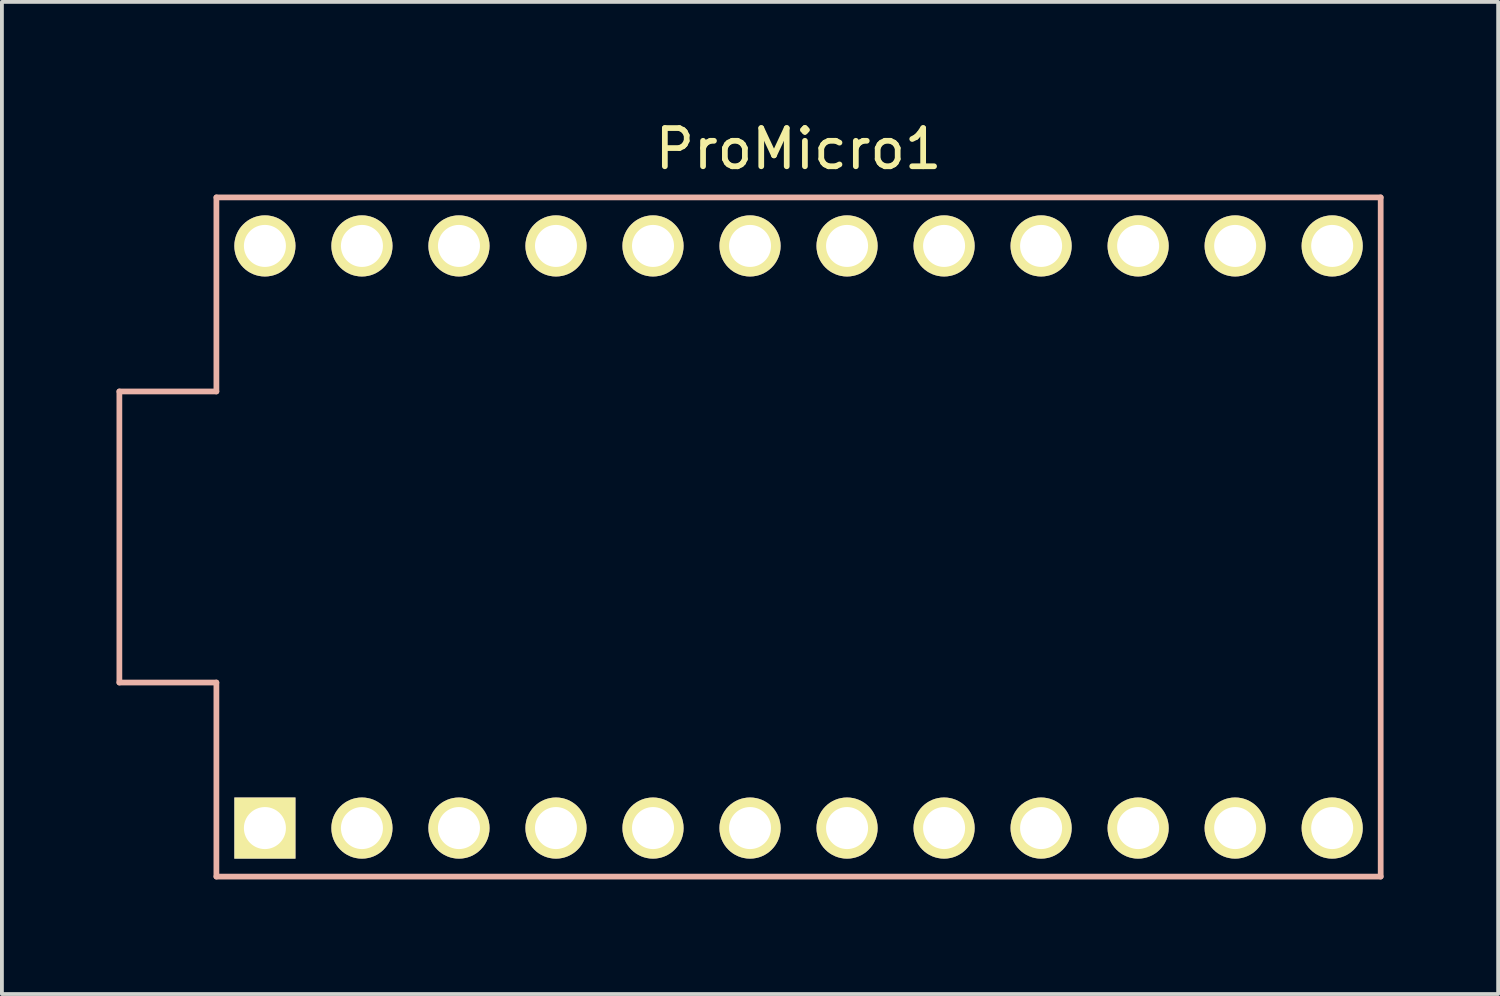
<source format=kicad_pcb>
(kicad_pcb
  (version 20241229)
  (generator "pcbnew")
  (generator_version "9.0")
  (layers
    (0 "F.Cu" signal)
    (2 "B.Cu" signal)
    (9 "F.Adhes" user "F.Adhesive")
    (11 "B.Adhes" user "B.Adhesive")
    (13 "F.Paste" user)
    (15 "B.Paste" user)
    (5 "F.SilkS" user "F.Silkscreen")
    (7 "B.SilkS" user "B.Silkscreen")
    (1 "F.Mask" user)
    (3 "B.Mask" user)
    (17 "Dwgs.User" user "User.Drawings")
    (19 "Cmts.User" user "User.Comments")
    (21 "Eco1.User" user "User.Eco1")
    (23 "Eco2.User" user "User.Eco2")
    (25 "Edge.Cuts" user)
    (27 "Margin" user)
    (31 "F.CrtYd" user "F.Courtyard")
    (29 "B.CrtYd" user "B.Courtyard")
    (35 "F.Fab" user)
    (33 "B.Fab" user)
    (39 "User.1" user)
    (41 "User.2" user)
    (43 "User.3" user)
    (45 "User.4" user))
  (footprint "ProMicro1"
    (layer "F.Cu")
    (at 17.855 11.008)
    (property "Reference" "ProMicro1" (at 0 -10.16 0) (layer "F.SilkS") (effects (font (size 1 1) (thickness 0.15))))
    (attr through_hole)
    (fp_line (start -17.78 -3.81) (end -15.24 -3.81) (stroke (width 0.15) (type solid)) (layer "B.SilkS"))
    (fp_line (start -17.78 3.81) (end -17.78 -3.81) (stroke (width 0.15) (type solid)) (layer "B.SilkS"))
    (fp_line (start -15.24 -8.89) (end 15.24 -8.89) (stroke (width 0.15) (type solid)) (layer "B.SilkS"))
    (fp_line (start -15.24 -3.81) (end -15.24 -8.89) (stroke (width 0.15) (type solid)) (layer "B.SilkS"))
    (fp_line (start -15.24 3.81) (end -17.78 3.81) (stroke (width 0.15) (type solid)) (layer "B.SilkS"))
    (fp_line (start -15.24 8.89) (end -15.24 3.81) (stroke (width 0.15) (type solid)) (layer "B.SilkS"))
    (fp_line (start -15.24 8.89) (end 15.24 8.89) (stroke (width 0.15) (type solid)) (layer "B.SilkS"))
    (fp_line (start 15.24 -8.89) (end 15.24 8.89) (stroke (width 0.15) (type solid)) (layer "B.SilkS"))
    (pad "1" thru_hole rect (at -13.97 7.62) (size 1.6 1.6) (drill 1.1) (layers "*.Cu" "*.Mask" "F.SilkS"))
    (pad "2" thru_hole circle (at -11.43 7.62) (size 1.6 1.6) (drill 1.1) (layers "*.Cu" "*.Mask" "F.SilkS"))
    (pad "3" thru_hole circle (at -8.89 7.62) (size 1.6 1.6) (drill 1.1) (layers "*.Cu" "*.Mask" "F.SilkS"))
    (pad "4" thru_hole circle (at -6.35 7.62) (size 1.6 1.6) (drill 1.1) (layers "*.Cu" "*.Mask" "F.SilkS"))
    (pad "5" thru_hole circle (at -3.81 7.62) (size 1.6 1.6) (drill 1.1) (layers "*.Cu" "*.Mask" "F.SilkS"))
    (pad "6" thru_hole circle (at -1.27 7.62) (size 1.6 1.6) (drill 1.1) (layers "*.Cu" "*.Mask" "F.SilkS"))
    (pad "7" thru_hole circle (at 1.27 7.62) (size 1.6 1.6) (drill 1.1) (layers "*.Cu" "*.Mask" "F.SilkS"))
    (pad "8" thru_hole circle (at 3.81 7.62) (size 1.6 1.6) (drill 1.1) (layers "*.Cu" "*.Mask" "F.SilkS"))
    (pad "9" thru_hole circle (at 6.35 7.62) (size 1.6 1.6) (drill 1.1) (layers "*.Cu" "*.Mask" "F.SilkS"))
    (pad "10" thru_hole circle (at 8.89 7.62) (size 1.6 1.6) (drill 1.1) (layers "*.Cu" "*.Mask" "F.SilkS"))
    (pad "11" thru_hole circle (at 11.43 7.62) (size 1.6 1.6) (drill 1.1) (layers "*.Cu" "*.Mask" "F.SilkS"))
    (pad "12" thru_hole circle (at 13.97 7.62) (size 1.6 1.6) (drill 1.1) (layers "*.Cu" "*.Mask" "F.SilkS"))
    (pad "13" thru_hole circle (at 13.97 -7.62) (size 1.6 1.6) (drill 1.1) (layers "*.Cu" "*.Mask" "F.SilkS"))
    (pad "14" thru_hole circle (at 11.43 -7.62) (size 1.6 1.6) (drill 1.1) (layers "*.Cu" "*.Mask" "F.SilkS"))
    (pad "15" thru_hole circle (at 8.89 -7.62) (size 1.6 1.6) (drill 1.1) (layers "*.Cu" "*.Mask" "F.SilkS"))
    (pad "16" thru_hole circle (at 6.35 -7.62) (size 1.6 1.6) (drill 1.1) (layers "*.Cu" "*.Mask" "F.SilkS"))
    (pad "17" thru_hole circle (at 3.81 -7.62) (size 1.6 1.6) (drill 1.1) (layers "*.Cu" "*.Mask" "F.SilkS"))
    (pad "18" thru_hole circle (at 1.27 -7.62) (size 1.6 1.6) (drill 1.1) (layers "*.Cu" "*.Mask" "F.SilkS"))
    (pad "19" thru_hole circle (at -1.27 -7.62) (size 1.6 1.6) (drill 1.1) (layers "*.Cu" "*.Mask" "F.SilkS"))
    (pad "20" thru_hole circle (at -3.81 -7.62) (size 1.6 1.6) (drill 1.1) (layers "*.Cu" "*.Mask" "F.SilkS"))
    (pad "21" thru_hole circle (at -6.35 -7.62) (size 1.6 1.6) (drill 1.1) (layers "*.Cu" "*.Mask" "F.SilkS"))
    (pad "22" thru_hole circle (at -8.89 -7.62) (size 1.6 1.6) (drill 1.1) (layers "*.Cu" "*.Mask" "F.SilkS"))
    (pad "23" thru_hole circle (at -11.43 -7.62) (size 1.6 1.6) (drill 1.1) (layers "*.Cu" "*.Mask" "F.SilkS"))
    (pad "24" thru_hole circle (at -13.97 -7.62) (size 1.6 1.6) (drill 1.1) (layers "*.Cu" "*.Mask" "F.SilkS")))
  (gr_rect
    (start -3 -3)
    (end 36.17 22.973)
    (stroke (width 0.1) (type default))
    (fill no)
    (layer "Edge.Cuts")))
</source>
